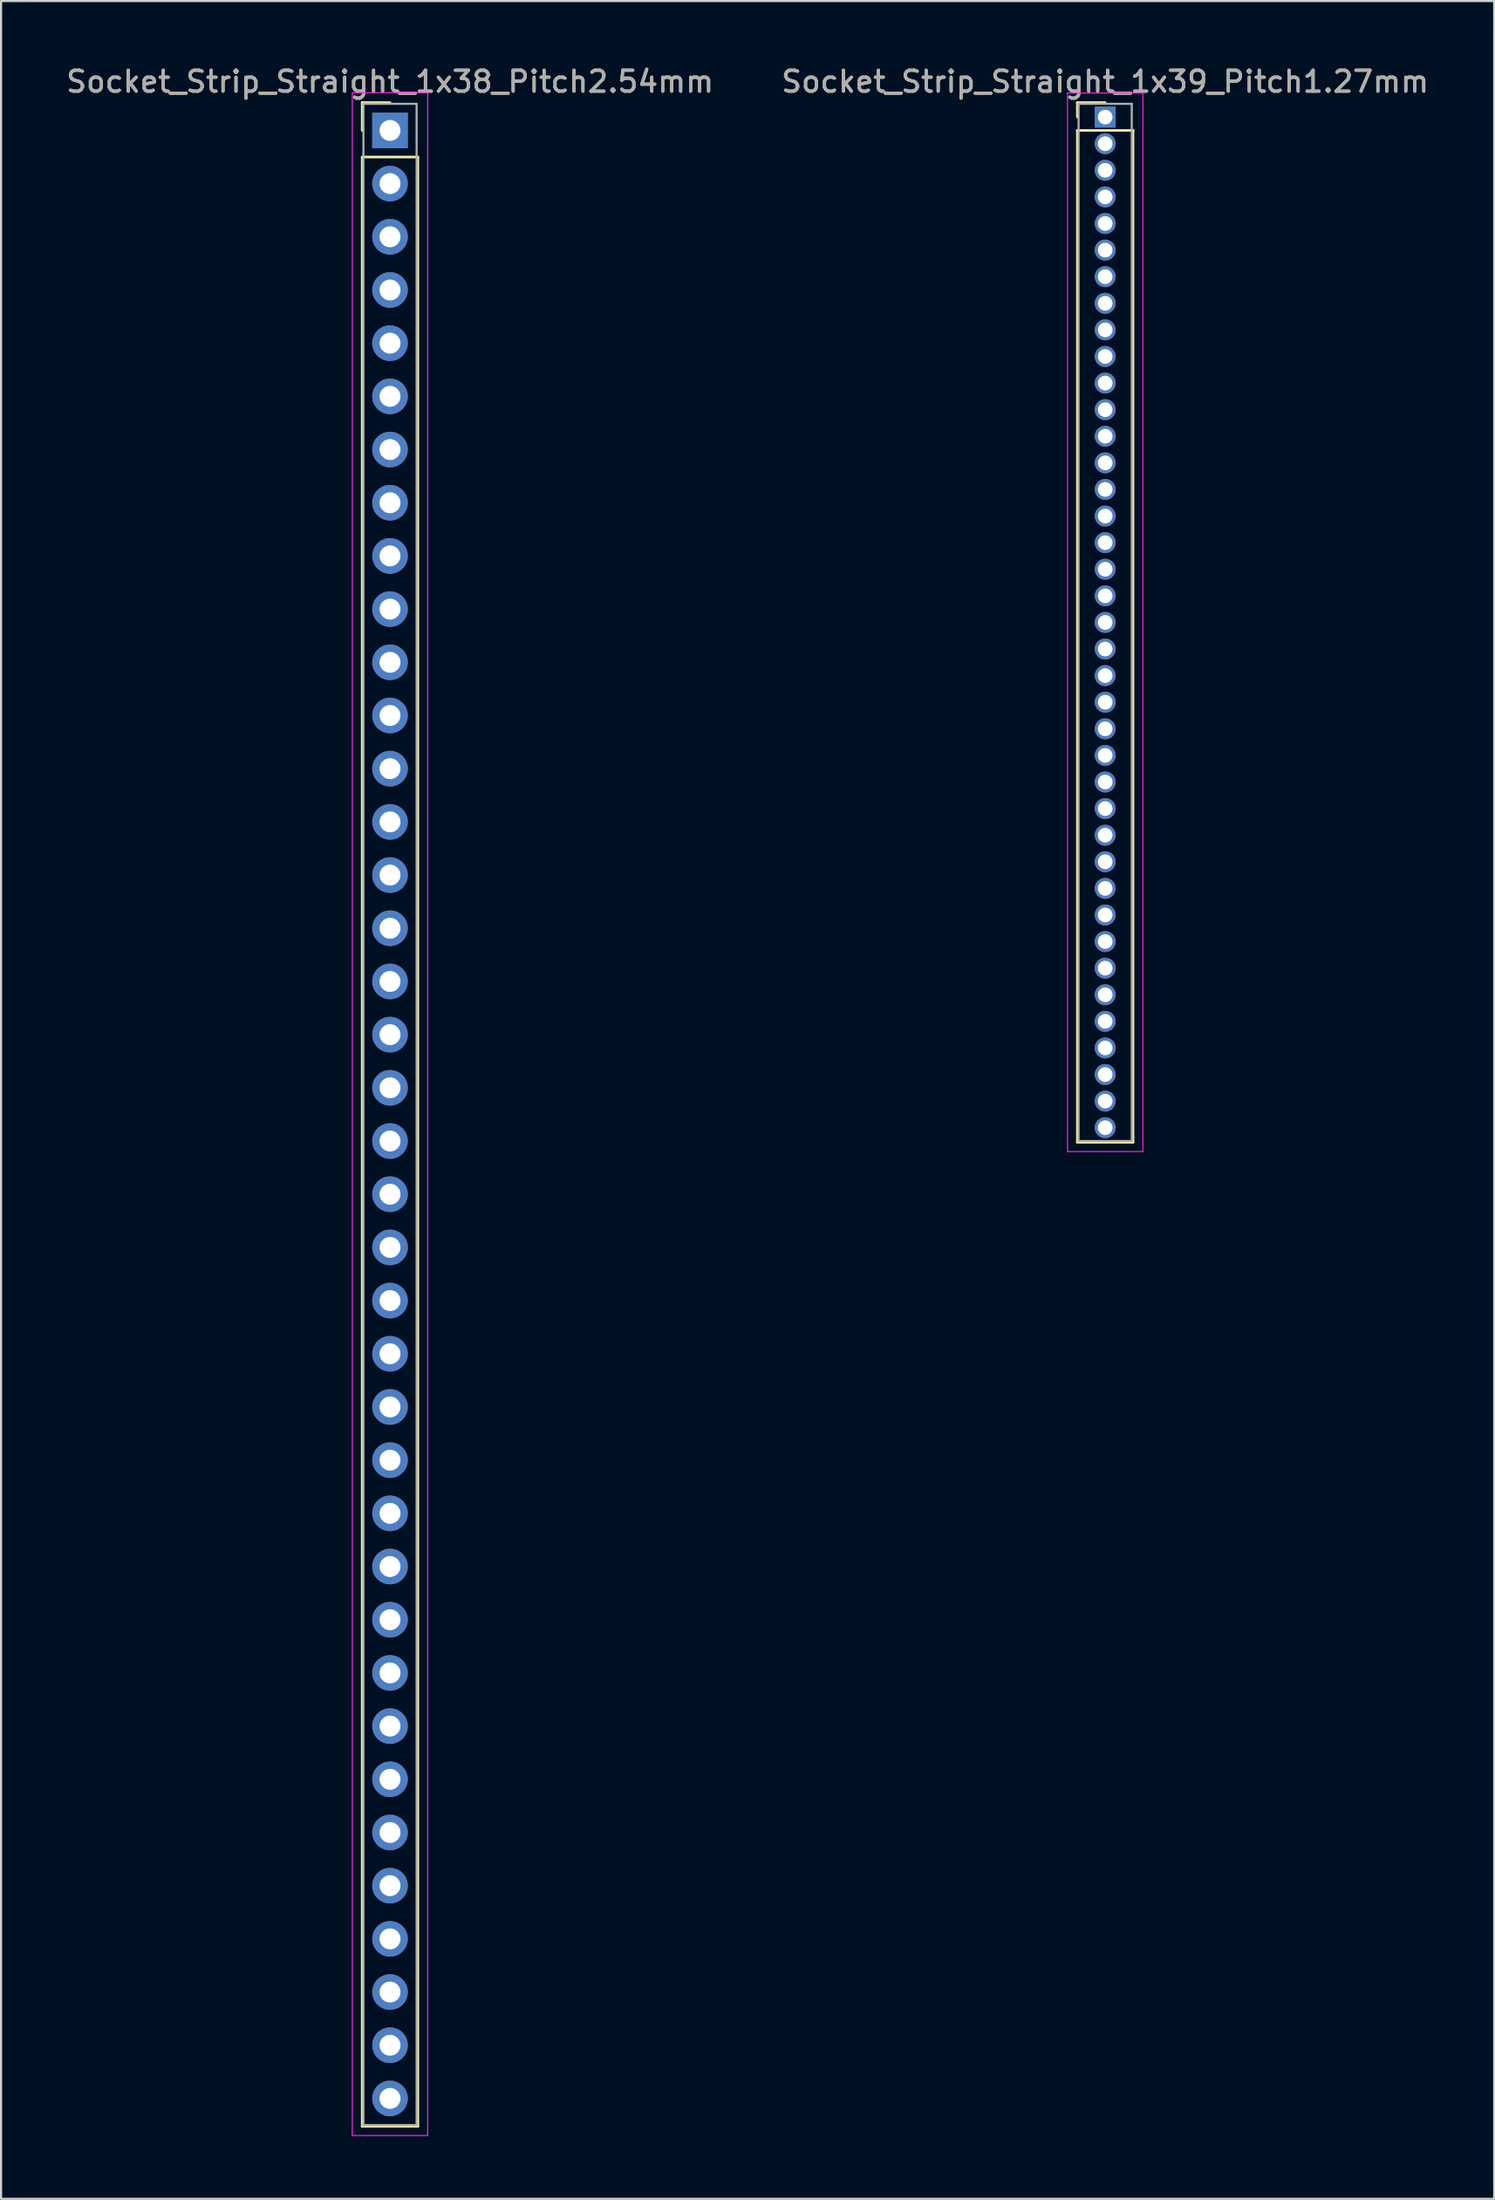
<source format=kicad_pcb>
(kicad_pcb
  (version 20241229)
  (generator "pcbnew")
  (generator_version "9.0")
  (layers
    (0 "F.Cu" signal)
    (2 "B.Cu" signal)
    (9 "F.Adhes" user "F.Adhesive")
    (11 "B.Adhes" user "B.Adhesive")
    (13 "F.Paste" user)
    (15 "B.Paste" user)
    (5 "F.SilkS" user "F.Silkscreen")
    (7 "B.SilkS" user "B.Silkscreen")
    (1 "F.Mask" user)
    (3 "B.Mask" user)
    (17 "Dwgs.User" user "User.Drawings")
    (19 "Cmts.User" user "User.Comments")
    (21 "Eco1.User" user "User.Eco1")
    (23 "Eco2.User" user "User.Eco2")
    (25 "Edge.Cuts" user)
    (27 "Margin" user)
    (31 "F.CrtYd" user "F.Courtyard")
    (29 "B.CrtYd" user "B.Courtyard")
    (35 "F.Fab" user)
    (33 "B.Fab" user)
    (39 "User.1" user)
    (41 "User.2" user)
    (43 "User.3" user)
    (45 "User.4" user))
  (footprint "Socket_Strip_Straight_1x39_Pitch1.27mm"
    (layer "F.Cu")
    (at 49.732 2.543)
    (property "Reference" "Socket_Strip_Straight_1x39_Pitch1.27mm" (at 0 -1.695 0) (layer "F.SilkS") (effects (font (size 1 1) (thickness 0.15))))
    (attr through_hole)
    (fp_line (start -1.33 -0.695) (end 0 -0.695) (stroke (width 0.12) (type solid)) (layer "F.SilkS"))
    (fp_line (start -1.33 0) (end -1.33 -0.695) (stroke (width 0.12) (type solid)) (layer "F.SilkS"))
    (fp_line (start -1.33 0.635) (end -1.33 48.955) (stroke (width 0.12) (type solid)) (layer "F.SilkS"))
    (fp_line (start -1.33 48.955) (end 1.33 48.955) (stroke (width 0.12) (type solid)) (layer "F.SilkS"))
    (fp_line (start 1.33 0.635) (end -1.33 0.635) (stroke (width 0.12) (type solid)) (layer "F.SilkS"))
    (fp_line (start 1.33 48.955) (end 1.33 0.635) (stroke (width 0.12) (type solid)) (layer "F.SilkS"))
    (fp_line (start -1.8 -1.15) (end -1.8 49.4) (stroke (width 0.05) (type solid)) (layer "F.CrtYd"))
    (fp_line (start -1.8 49.4) (end 1.8 49.4) (stroke (width 0.05) (type solid)) (layer "F.CrtYd"))
    (fp_line (start 1.8 -1.15) (end -1.8 -1.15) (stroke (width 0.05) (type solid)) (layer "F.CrtYd"))
    (fp_line (start 1.8 49.4) (end 1.8 -1.15) (stroke (width 0.05) (type solid)) (layer "F.CrtYd"))
    (fp_line (start -1.27 -0.635) (end -1.27 48.895) (stroke (width 0.1) (type solid)) (layer "F.Fab"))
    (fp_line (start -1.27 48.895) (end 1.27 48.895) (stroke (width 0.1) (type solid)) (layer "F.Fab"))
    (fp_line (start 1.27 -0.635) (end -1.27 -0.635) (stroke (width 0.1) (type solid)) (layer "F.Fab"))
    (fp_line (start 1.27 48.895) (end 1.27 -0.635) (stroke (width 0.1) (type solid)) (layer "F.Fab"))
    (fp_text user "${REFERENCE}" (at 0 -1.695 0) (layer "F.Fab") (effects (font (size 1 1) (thickness 0.15))))
    (pad "1" thru_hole rect (at 0 0) (size 1 1) (drill 0.7) (layers "*.Cu" "*.Mask"))
    (pad "2" thru_hole oval (at 0 1.27) (size 1 1) (drill 0.7) (layers "*.Cu" "*.Mask"))
    (pad "3" thru_hole oval (at 0 2.54) (size 1 1) (drill 0.7) (layers "*.Cu" "*.Mask"))
    (pad "4" thru_hole oval (at 0 3.81) (size 1 1) (drill 0.7) (layers "*.Cu" "*.Mask"))
    (pad "5" thru_hole oval (at 0 5.08) (size 1 1) (drill 0.7) (layers "*.Cu" "*.Mask"))
    (pad "6" thru_hole oval (at 0 6.35) (size 1 1) (drill 0.7) (layers "*.Cu" "*.Mask"))
    (pad "7" thru_hole oval (at 0 7.62) (size 1 1) (drill 0.7) (layers "*.Cu" "*.Mask"))
    (pad "8" thru_hole oval (at 0 8.89) (size 1 1) (drill 0.7) (layers "*.Cu" "*.Mask"))
    (pad "9" thru_hole oval (at 0 10.16) (size 1 1) (drill 0.7) (layers "*.Cu" "*.Mask"))
    (pad "10" thru_hole oval (at 0 11.43) (size 1 1) (drill 0.7) (layers "*.Cu" "*.Mask"))
    (pad "11" thru_hole oval (at 0 12.7) (size 1 1) (drill 0.7) (layers "*.Cu" "*.Mask"))
    (pad "12" thru_hole oval (at 0 13.97) (size 1 1) (drill 0.7) (layers "*.Cu" "*.Mask"))
    (pad "13" thru_hole oval (at 0 15.24) (size 1 1) (drill 0.7) (layers "*.Cu" "*.Mask"))
    (pad "14" thru_hole oval (at 0 16.51) (size 1 1) (drill 0.7) (layers "*.Cu" "*.Mask"))
    (pad "15" thru_hole oval (at 0 17.78) (size 1 1) (drill 0.7) (layers "*.Cu" "*.Mask"))
    (pad "16" thru_hole oval (at 0 19.05) (size 1 1) (drill 0.7) (layers "*.Cu" "*.Mask"))
    (pad "17" thru_hole oval (at 0 20.32) (size 1 1) (drill 0.7) (layers "*.Cu" "*.Mask"))
    (pad "18" thru_hole oval (at 0 21.59) (size 1 1) (drill 0.7) (layers "*.Cu" "*.Mask"))
    (pad "19" thru_hole oval (at 0 22.86) (size 1 1) (drill 0.7) (layers "*.Cu" "*.Mask"))
    (pad "20" thru_hole oval (at 0 24.13) (size 1 1) (drill 0.7) (layers "*.Cu" "*.Mask"))
    (pad "21" thru_hole oval (at 0 25.4) (size 1 1) (drill 0.7) (layers "*.Cu" "*.Mask"))
    (pad "22" thru_hole oval (at 0 26.67) (size 1 1) (drill 0.7) (layers "*.Cu" "*.Mask"))
    (pad "23" thru_hole oval (at 0 27.94) (size 1 1) (drill 0.7) (layers "*.Cu" "*.Mask"))
    (pad "24" thru_hole oval (at 0 29.21) (size 1 1) (drill 0.7) (layers "*.Cu" "*.Mask"))
    (pad "25" thru_hole oval (at 0 30.48) (size 1 1) (drill 0.7) (layers "*.Cu" "*.Mask"))
    (pad "26" thru_hole oval (at 0 31.75) (size 1 1) (drill 0.7) (layers "*.Cu" "*.Mask"))
    (pad "27" thru_hole oval (at 0 33.02) (size 1 1) (drill 0.7) (layers "*.Cu" "*.Mask"))
    (pad "28" thru_hole oval (at 0 34.29) (size 1 1) (drill 0.7) (layers "*.Cu" "*.Mask"))
    (pad "29" thru_hole oval (at 0 35.56) (size 1 1) (drill 0.7) (layers "*.Cu" "*.Mask"))
    (pad "30" thru_hole oval (at 0 36.83) (size 1 1) (drill 0.7) (layers "*.Cu" "*.Mask"))
    (pad "31" thru_hole oval (at 0 38.1) (size 1 1) (drill 0.7) (layers "*.Cu" "*.Mask"))
    (pad "32" thru_hole oval (at 0 39.37) (size 1 1) (drill 0.7) (layers "*.Cu" "*.Mask"))
    (pad "33" thru_hole oval (at 0 40.64) (size 1 1) (drill 0.7) (layers "*.Cu" "*.Mask"))
    (pad "34" thru_hole oval (at 0 41.91) (size 1 1) (drill 0.7) (layers "*.Cu" "*.Mask"))
    (pad "35" thru_hole oval (at 0 43.18) (size 1 1) (drill 0.7) (layers "*.Cu" "*.Mask"))
    (pad "36" thru_hole oval (at 0 44.45) (size 1 1) (drill 0.7) (layers "*.Cu" "*.Mask"))
    (pad "37" thru_hole oval (at 0 45.72) (size 1 1) (drill 0.7) (layers "*.Cu" "*.Mask"))
    (pad "38" thru_hole oval (at 0 46.99) (size 1 1) (drill 0.7) (layers "*.Cu" "*.Mask"))
    (pad "39" thru_hole oval (at 0 48.26) (size 1 1) (drill 0.7) (layers "*.Cu" "*.Mask")))
  (footprint "Socket_Strip_Straight_1x38_Pitch2.54mm"
    (layer "F.Cu")
    (at 15.577 3.178)
    (property "Reference" "Socket_Strip_Straight_1x38_Pitch2.54mm" (at 0 -2.33 0) (layer "F.SilkS") (effects (font (size 1 1) (thickness 0.15))))
    (attr through_hole)
    (fp_line (start -1.33 -1.33) (end 0 -1.33) (stroke (width 0.12) (type solid)) (layer "F.SilkS"))
    (fp_line (start -1.33 0) (end -1.33 -1.33) (stroke (width 0.12) (type solid)) (layer "F.SilkS"))
    (fp_line (start -1.33 1.27) (end -1.33 95.31) (stroke (width 0.12) (type solid)) (layer "F.SilkS"))
    (fp_line (start -1.33 95.31) (end 1.33 95.31) (stroke (width 0.12) (type solid)) (layer "F.SilkS"))
    (fp_line (start 1.33 1.27) (end -1.33 1.27) (stroke (width 0.12) (type solid)) (layer "F.SilkS"))
    (fp_line (start 1.33 95.31) (end 1.33 1.27) (stroke (width 0.12) (type solid)) (layer "F.SilkS"))
    (fp_line (start -1.8 -1.8) (end -1.8 95.75) (stroke (width 0.05) (type solid)) (layer "F.CrtYd"))
    (fp_line (start -1.8 95.75) (end 1.8 95.75) (stroke (width 0.05) (type solid)) (layer "F.CrtYd"))
    (fp_line (start 1.8 -1.8) (end -1.8 -1.8) (stroke (width 0.05) (type solid)) (layer "F.CrtYd"))
    (fp_line (start 1.8 95.75) (end 1.8 -1.8) (stroke (width 0.05) (type solid)) (layer "F.CrtYd"))
    (fp_line (start -1.27 -1.27) (end -1.27 95.25) (stroke (width 0.1) (type solid)) (layer "F.Fab"))
    (fp_line (start -1.27 95.25) (end 1.27 95.25) (stroke (width 0.1) (type solid)) (layer "F.Fab"))
    (fp_line (start 1.27 -1.27) (end -1.27 -1.27) (stroke (width 0.1) (type solid)) (layer "F.Fab"))
    (fp_line (start 1.27 95.25) (end 1.27 -1.27) (stroke (width 0.1) (type solid)) (layer "F.Fab"))
    (fp_text user "${REFERENCE}" (at 0 -2.33 0) (layer "F.Fab") (effects (font (size 1 1) (thickness 0.15))))
    (pad "1" thru_hole rect (at 0 0) (size 1.7 1.7) (drill 1) (layers "*.Cu" "*.Mask"))
    (pad "2" thru_hole oval (at 0 2.54) (size 1.7 1.7) (drill 1) (layers "*.Cu" "*.Mask"))
    (pad "3" thru_hole oval (at 0 5.08) (size 1.7 1.7) (drill 1) (layers "*.Cu" "*.Mask"))
    (pad "4" thru_hole oval (at 0 7.62) (size 1.7 1.7) (drill 1) (layers "*.Cu" "*.Mask"))
    (pad "5" thru_hole oval (at 0 10.16) (size 1.7 1.7) (drill 1) (layers "*.Cu" "*.Mask"))
    (pad "6" thru_hole oval (at 0 12.7) (size 1.7 1.7) (drill 1) (layers "*.Cu" "*.Mask"))
    (pad "7" thru_hole oval (at 0 15.24) (size 1.7 1.7) (drill 1) (layers "*.Cu" "*.Mask"))
    (pad "8" thru_hole oval (at 0 17.78) (size 1.7 1.7) (drill 1) (layers "*.Cu" "*.Mask"))
    (pad "9" thru_hole oval (at 0 20.32) (size 1.7 1.7) (drill 1) (layers "*.Cu" "*.Mask"))
    (pad "10" thru_hole oval (at 0 22.86) (size 1.7 1.7) (drill 1) (layers "*.Cu" "*.Mask"))
    (pad "11" thru_hole oval (at 0 25.4) (size 1.7 1.7) (drill 1) (layers "*.Cu" "*.Mask"))
    (pad "12" thru_hole oval (at 0 27.94) (size 1.7 1.7) (drill 1) (layers "*.Cu" "*.Mask"))
    (pad "13" thru_hole oval (at 0 30.48) (size 1.7 1.7) (drill 1) (layers "*.Cu" "*.Mask"))
    (pad "14" thru_hole oval (at 0 33.02) (size 1.7 1.7) (drill 1) (layers "*.Cu" "*.Mask"))
    (pad "15" thru_hole oval (at 0 35.56) (size 1.7 1.7) (drill 1) (layers "*.Cu" "*.Mask"))
    (pad "16" thru_hole oval (at 0 38.1) (size 1.7 1.7) (drill 1) (layers "*.Cu" "*.Mask"))
    (pad "17" thru_hole oval (at 0 40.64) (size 1.7 1.7) (drill 1) (layers "*.Cu" "*.Mask"))
    (pad "18" thru_hole oval (at 0 43.18) (size 1.7 1.7) (drill 1) (layers "*.Cu" "*.Mask"))
    (pad "19" thru_hole oval (at 0 45.72) (size 1.7 1.7) (drill 1) (layers "*.Cu" "*.Mask"))
    (pad "20" thru_hole oval (at 0 48.26) (size 1.7 1.7) (drill 1) (layers "*.Cu" "*.Mask"))
    (pad "21" thru_hole oval (at 0 50.8) (size 1.7 1.7) (drill 1) (layers "*.Cu" "*.Mask"))
    (pad "22" thru_hole oval (at 0 53.34) (size 1.7 1.7) (drill 1) (layers "*.Cu" "*.Mask"))
    (pad "23" thru_hole oval (at 0 55.88) (size 1.7 1.7) (drill 1) (layers "*.Cu" "*.Mask"))
    (pad "24" thru_hole oval (at 0 58.42) (size 1.7 1.7) (drill 1) (layers "*.Cu" "*.Mask"))
    (pad "25" thru_hole oval (at 0 60.96) (size 1.7 1.7) (drill 1) (layers "*.Cu" "*.Mask"))
    (pad "26" thru_hole oval (at 0 63.5) (size 1.7 1.7) (drill 1) (layers "*.Cu" "*.Mask"))
    (pad "27" thru_hole oval (at 0 66.04) (size 1.7 1.7) (drill 1) (layers "*.Cu" "*.Mask"))
    (pad "28" thru_hole oval (at 0 68.58) (size 1.7 1.7) (drill 1) (layers "*.Cu" "*.Mask"))
    (pad "29" thru_hole oval (at 0 71.12) (size 1.7 1.7) (drill 1) (layers "*.Cu" "*.Mask"))
    (pad "30" thru_hole oval (at 0 73.66) (size 1.7 1.7) (drill 1) (layers "*.Cu" "*.Mask"))
    (pad "31" thru_hole oval (at 0 76.2) (size 1.7 1.7) (drill 1) (layers "*.Cu" "*.Mask"))
    (pad "32" thru_hole oval (at 0 78.74) (size 1.7 1.7) (drill 1) (layers "*.Cu" "*.Mask"))
    (pad "33" thru_hole oval (at 0 81.28) (size 1.7 1.7) (drill 1) (layers "*.Cu" "*.Mask"))
    (pad "34" thru_hole oval (at 0 83.82) (size 1.7 1.7) (drill 1) (layers "*.Cu" "*.Mask"))
    (pad "35" thru_hole oval (at 0 86.36) (size 1.7 1.7) (drill 1) (layers "*.Cu" "*.Mask"))
    (pad "36" thru_hole oval (at 0 88.9) (size 1.7 1.7) (drill 1) (layers "*.Cu" "*.Mask"))
    (pad "37" thru_hole oval (at 0 91.44) (size 1.7 1.7) (drill 1) (layers "*.Cu" "*.Mask"))
    (pad "38" thru_hole oval (at 0 93.98) (size 1.7 1.7) (drill 1) (layers "*.Cu" "*.Mask")))
  (gr_rect
    (start -3 -3)
    (end 68.31 101.953)
    (stroke (width 0.1) (type default))
    (fill no)
    (layer "Edge.Cuts")))
</source>
